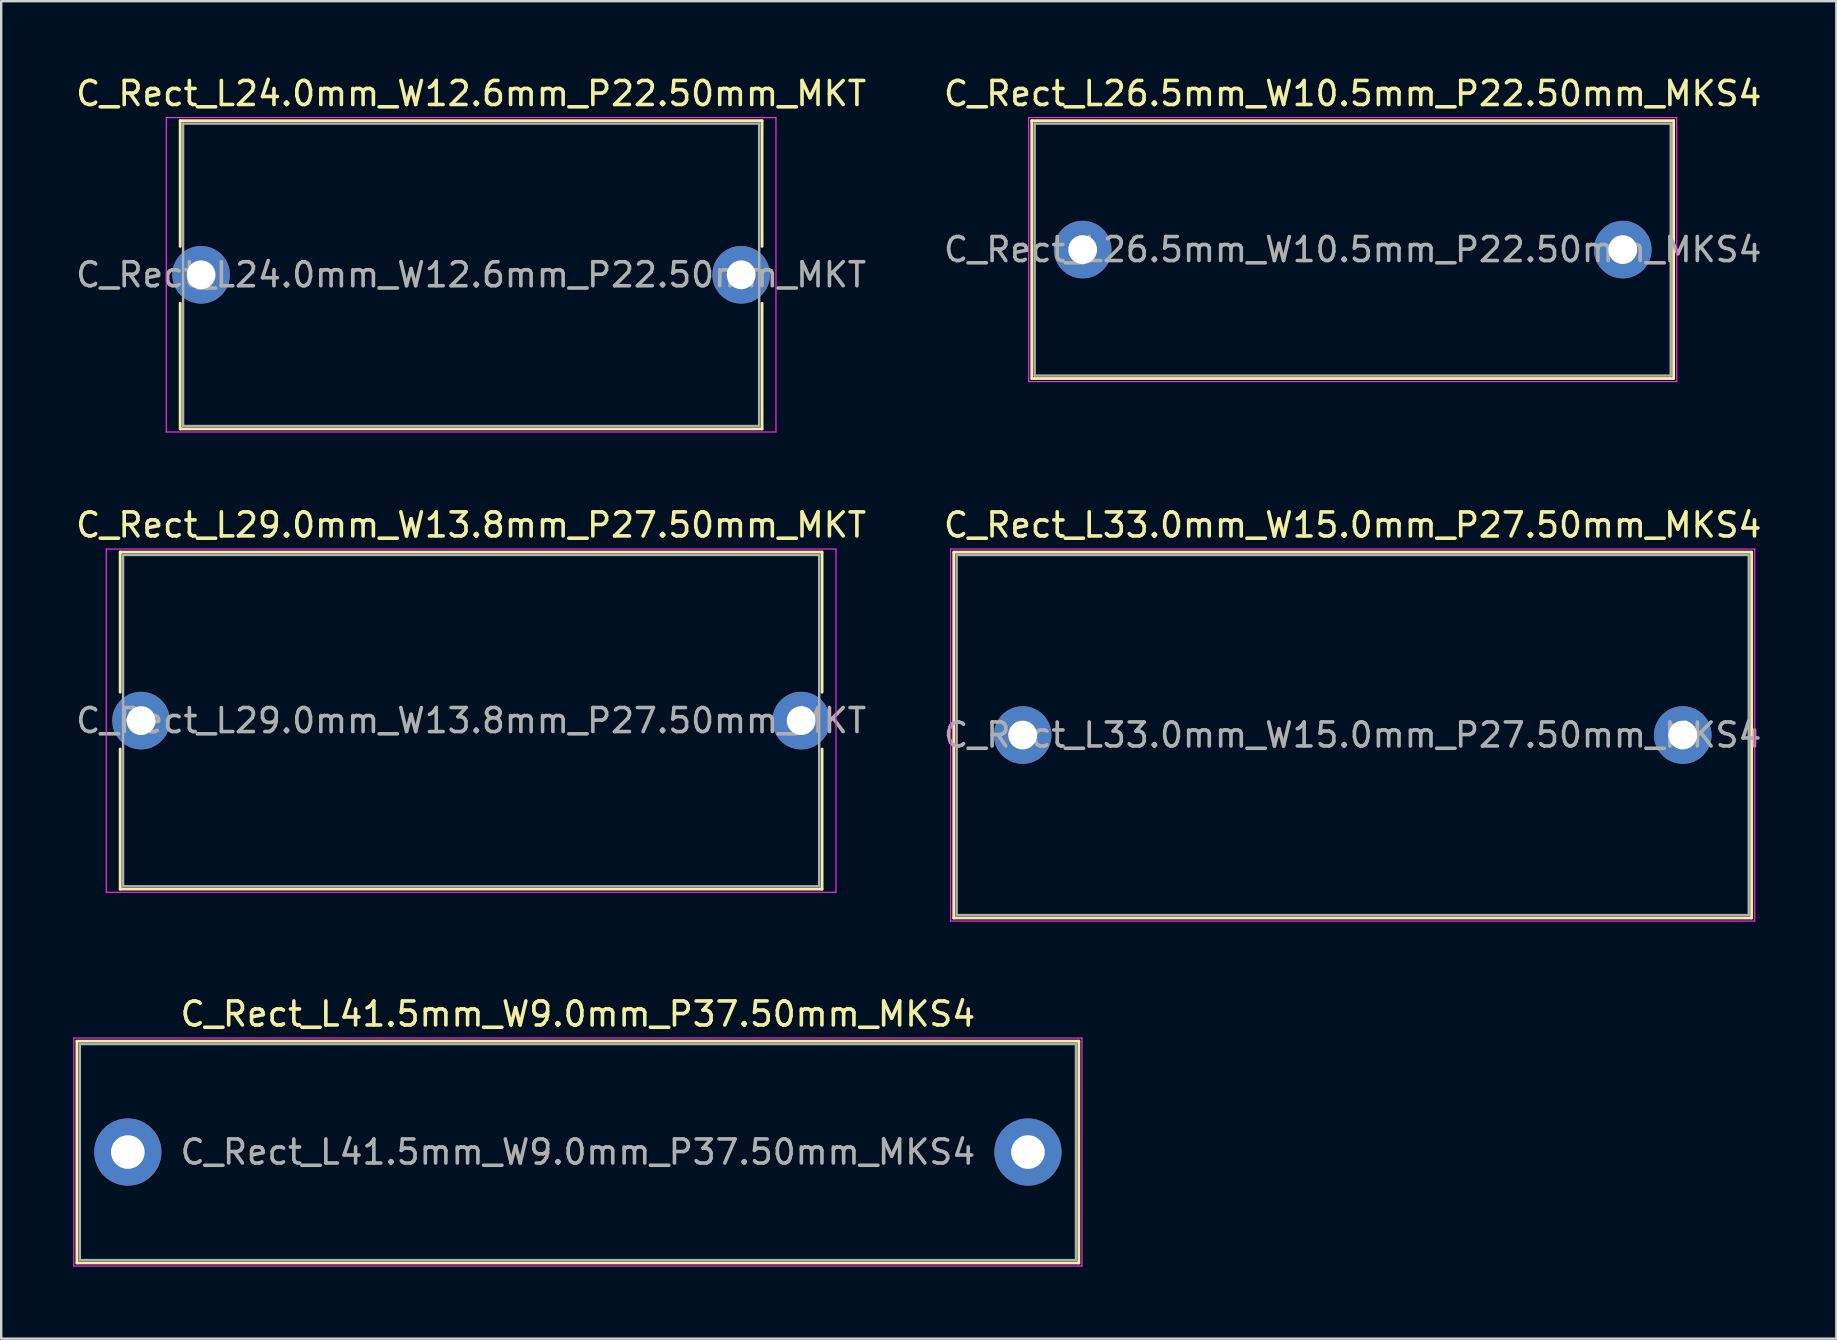
<source format=kicad_pcb>
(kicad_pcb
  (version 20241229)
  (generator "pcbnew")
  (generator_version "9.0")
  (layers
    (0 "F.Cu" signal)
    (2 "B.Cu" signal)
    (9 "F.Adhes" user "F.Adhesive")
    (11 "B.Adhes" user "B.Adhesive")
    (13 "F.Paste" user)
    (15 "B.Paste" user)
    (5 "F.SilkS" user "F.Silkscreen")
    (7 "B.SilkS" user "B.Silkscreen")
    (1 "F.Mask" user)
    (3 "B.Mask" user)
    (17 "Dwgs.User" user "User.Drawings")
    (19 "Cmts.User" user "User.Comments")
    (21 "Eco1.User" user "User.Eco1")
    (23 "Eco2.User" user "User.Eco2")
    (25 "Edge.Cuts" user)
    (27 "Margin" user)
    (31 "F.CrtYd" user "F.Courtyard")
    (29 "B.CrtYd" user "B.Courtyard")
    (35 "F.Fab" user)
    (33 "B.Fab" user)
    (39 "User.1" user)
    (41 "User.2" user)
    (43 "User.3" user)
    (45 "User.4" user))
  (footprint "C_Rect_L33.0mm_W15.0mm_P27.50mm_MKS4"
    (layer "F.Cu")
    (at 39.554 27.572)
    (property "Reference" "C_Rect_L33.0mm_W15.0mm_P27.50mm_MKS4" (at 13.75 -8.75 0) (layer "F.SilkS") (effects (font (size 1 1) (thickness 0.15))))
    (attr through_hole)
    (fp_line (start -2.87 -7.62) (end -2.87 7.62) (stroke (width 0.12) (type solid)) (layer "F.SilkS"))
    (fp_line (start -2.87 -7.62) (end 30.37 -7.62) (stroke (width 0.12) (type solid)) (layer "F.SilkS"))
    (fp_line (start -2.87 7.62) (end 30.37 7.62) (stroke (width 0.12) (type solid)) (layer "F.SilkS"))
    (fp_line (start 30.37 -7.62) (end 30.37 7.62) (stroke (width 0.12) (type solid)) (layer "F.SilkS"))
    (fp_line (start -3 -7.75) (end -3 7.75) (stroke (width 0.05) (type solid)) (layer "F.CrtYd"))
    (fp_line (start -3 7.75) (end 30.5 7.75) (stroke (width 0.05) (type solid)) (layer "F.CrtYd"))
    (fp_line (start 30.5 -7.75) (end -3 -7.75) (stroke (width 0.05) (type solid)) (layer "F.CrtYd"))
    (fp_line (start 30.5 7.75) (end 30.5 -7.75) (stroke (width 0.05) (type solid)) (layer "F.CrtYd"))
    (fp_line (start -2.75 -7.5) (end -2.75 7.5) (stroke (width 0.1) (type solid)) (layer "F.Fab"))
    (fp_line (start -2.75 7.5) (end 30.25 7.5) (stroke (width 0.1) (type solid)) (layer "F.Fab"))
    (fp_line (start 30.25 -7.5) (end -2.75 -7.5) (stroke (width 0.1) (type solid)) (layer "F.Fab"))
    (fp_line (start 30.25 7.5) (end 30.25 -7.5) (stroke (width 0.1) (type solid)) (layer "F.Fab"))
    (fp_text user "${REFERENCE}" (at 13.75 0 0) (layer "F.Fab") (effects (font (size 1 1) (thickness 0.15))))
    (pad "1" thru_hole circle (at 0 0) (size 2.4 2.4) (drill 1.2) (layers "*.Cu" "*.Mask"))
    (pad "2" thru_hole circle (at 27.5 0) (size 2.4 2.4) (drill 1.2) (layers "*.Cu" "*.Mask")))
  (footprint "C_Rect_L26.5mm_W10.5mm_P22.50mm_MKS4"
    (layer "F.Cu")
    (at 42.054 7.348)
    (property "Reference" "C_Rect_L26.5mm_W10.5mm_P22.50mm_MKS4" (at 11.25 -6.5 0) (layer "F.SilkS") (effects (font (size 1 1) (thickness 0.15))))
    (attr through_hole)
    (fp_line (start -2.12 -5.37) (end -2.12 5.37) (stroke (width 0.12) (type solid)) (layer "F.SilkS"))
    (fp_line (start -2.12 -5.37) (end 24.62 -5.37) (stroke (width 0.12) (type solid)) (layer "F.SilkS"))
    (fp_line (start -2.12 5.37) (end 24.62 5.37) (stroke (width 0.12) (type solid)) (layer "F.SilkS"))
    (fp_line (start 24.62 -5.37) (end 24.62 5.37) (stroke (width 0.12) (type solid)) (layer "F.SilkS"))
    (fp_line (start -2.25 -5.5) (end -2.25 5.5) (stroke (width 0.05) (type solid)) (layer "F.CrtYd"))
    (fp_line (start -2.25 5.5) (end 24.75 5.5) (stroke (width 0.05) (type solid)) (layer "F.CrtYd"))
    (fp_line (start 24.75 -5.5) (end -2.25 -5.5) (stroke (width 0.05) (type solid)) (layer "F.CrtYd"))
    (fp_line (start 24.75 5.5) (end 24.75 -5.5) (stroke (width 0.05) (type solid)) (layer "F.CrtYd"))
    (fp_line (start -2 -5.25) (end -2 5.25) (stroke (width 0.1) (type solid)) (layer "F.Fab"))
    (fp_line (start -2 5.25) (end 24.5 5.25) (stroke (width 0.1) (type solid)) (layer "F.Fab"))
    (fp_line (start 24.5 -5.25) (end -2 -5.25) (stroke (width 0.1) (type solid)) (layer "F.Fab"))
    (fp_line (start 24.5 5.25) (end 24.5 -5.25) (stroke (width 0.1) (type solid)) (layer "F.Fab"))
    (fp_text user "${REFERENCE}" (at 11.25 0 0) (layer "F.Fab") (effects (font (size 1 1) (thickness 0.15))))
    (pad "1" thru_hole circle (at 0 0) (size 2.4 2.4) (drill 1.2) (layers "*.Cu" "*.Mask"))
    (pad "2" thru_hole circle (at 22.5 0) (size 2.4 2.4) (drill 1.2) (layers "*.Cu" "*.Mask")))
  (footprint "C_Rect_L41.5mm_W9.0mm_P37.50mm_MKS4"
    (layer "F.Cu")
    (at 2.275 44.945)
    (property "Reference" "C_Rect_L41.5mm_W9.0mm_P37.50mm_MKS4" (at 18.75 -5.75 0) (layer "F.SilkS") (effects (font (size 1 1) (thickness 0.15))))
    (attr through_hole)
    (fp_line (start -2.12 -4.62) (end -2.12 4.62) (stroke (width 0.12) (type solid)) (layer "F.SilkS"))
    (fp_line (start -2.12 -4.62) (end 39.62 -4.62) (stroke (width 0.12) (type solid)) (layer "F.SilkS"))
    (fp_line (start -2.12 4.62) (end 39.62 4.62) (stroke (width 0.12) (type solid)) (layer "F.SilkS"))
    (fp_line (start 39.62 -4.62) (end 39.62 4.62) (stroke (width 0.12) (type solid)) (layer "F.SilkS"))
    (fp_line (start -2.25 -4.75) (end -2.25 4.75) (stroke (width 0.05) (type solid)) (layer "F.CrtYd"))
    (fp_line (start -2.25 4.75) (end 39.75 4.75) (stroke (width 0.05) (type solid)) (layer "F.CrtYd"))
    (fp_line (start 39.75 -4.75) (end -2.25 -4.75) (stroke (width 0.05) (type solid)) (layer "F.CrtYd"))
    (fp_line (start 39.75 4.75) (end 39.75 -4.75) (stroke (width 0.05) (type solid)) (layer "F.CrtYd"))
    (fp_line (start -2 -4.5) (end -2 4.5) (stroke (width 0.1) (type solid)) (layer "F.Fab"))
    (fp_line (start -2 4.5) (end 39.5 4.5) (stroke (width 0.1) (type solid)) (layer "F.Fab"))
    (fp_line (start 39.5 -4.5) (end -2 -4.5) (stroke (width 0.1) (type solid)) (layer "F.Fab"))
    (fp_line (start 39.5 4.5) (end 39.5 -4.5) (stroke (width 0.1) (type solid)) (layer "F.Fab"))
    (fp_text user "${REFERENCE}" (at 18.75 0 0) (layer "F.Fab") (effects (font (size 1 1) (thickness 0.15))))
    (pad "1" thru_hole circle (at 0 0) (size 2.8 2.8) (drill 1.4) (layers "*.Cu" "*.Mask"))
    (pad "2" thru_hole circle (at 37.5 0) (size 2.8 2.8) (drill 1.4) (layers "*.Cu" "*.Mask")))
  (footprint "C_Rect_L24.0mm_W12.6mm_P22.50mm_MKT"
    (layer "F.Cu")
    (at 5.327 8.398)
    (property "Reference" "C_Rect_L24.0mm_W12.6mm_P22.50mm_MKT" (at 11.25 -7.55 0) (layer "F.SilkS") (effects (font (size 1 1) (thickness 0.15))))
    (attr through_hole)
    (fp_line (start -0.87 -6.42) (end -0.87 -1.185) (stroke (width 0.12) (type solid)) (layer "F.SilkS"))
    (fp_line (start -0.87 -6.42) (end 23.37 -6.42) (stroke (width 0.12) (type solid)) (layer "F.SilkS"))
    (fp_line (start -0.87 1.185) (end -0.87 6.42) (stroke (width 0.12) (type solid)) (layer "F.SilkS"))
    (fp_line (start -0.87 6.42) (end 23.37 6.42) (stroke (width 0.12) (type solid)) (layer "F.SilkS"))
    (fp_line (start 23.37 -6.42) (end 23.37 -1.185) (stroke (width 0.12) (type solid)) (layer "F.SilkS"))
    (fp_line (start 23.37 1.185) (end 23.37 6.42) (stroke (width 0.12) (type solid)) (layer "F.SilkS"))
    (fp_line (start -1.45 -6.55) (end -1.45 6.55) (stroke (width 0.05) (type solid)) (layer "F.CrtYd"))
    (fp_line (start -1.45 6.55) (end 23.95 6.55) (stroke (width 0.05) (type solid)) (layer "F.CrtYd"))
    (fp_line (start 23.95 -6.55) (end -1.45 -6.55) (stroke (width 0.05) (type solid)) (layer "F.CrtYd"))
    (fp_line (start 23.95 6.55) (end 23.95 -6.55) (stroke (width 0.05) (type solid)) (layer "F.CrtYd"))
    (fp_line (start -0.75 -6.3) (end -0.75 6.3) (stroke (width 0.1) (type solid)) (layer "F.Fab"))
    (fp_line (start -0.75 6.3) (end 23.25 6.3) (stroke (width 0.1) (type solid)) (layer "F.Fab"))
    (fp_line (start 23.25 -6.3) (end -0.75 -6.3) (stroke (width 0.1) (type solid)) (layer "F.Fab"))
    (fp_line (start 23.25 6.3) (end 23.25 -6.3) (stroke (width 0.1) (type solid)) (layer "F.Fab"))
    (fp_text user "${REFERENCE}" (at 11.25 0 0) (layer "F.Fab") (effects (font (size 1 1) (thickness 0.15))))
    (pad "1" thru_hole circle (at 0 0) (size 2.4 2.4) (drill 1.2) (layers "*.Cu" "*.Mask"))
    (pad "2" thru_hole circle (at 22.5 0) (size 2.4 2.4) (drill 1.2) (layers "*.Cu" "*.Mask")))
  (footprint "C_Rect_L29.0mm_W13.8mm_P27.50mm_MKT"
    (layer "F.Cu")
    (at 2.827 26.971)
    (property "Reference" "C_Rect_L29.0mm_W13.8mm_P27.50mm_MKT" (at 13.75 -8.15 0) (layer "F.SilkS") (effects (font (size 1 1) (thickness 0.15))))
    (attr through_hole)
    (fp_line (start -0.87 -7.02) (end -0.87 -1.185) (stroke (width 0.12) (type solid)) (layer "F.SilkS"))
    (fp_line (start -0.87 -7.02) (end 28.37 -7.02) (stroke (width 0.12) (type solid)) (layer "F.SilkS"))
    (fp_line (start -0.87 1.185) (end -0.87 7.02) (stroke (width 0.12) (type solid)) (layer "F.SilkS"))
    (fp_line (start -0.87 7.02) (end 28.37 7.02) (stroke (width 0.12) (type solid)) (layer "F.SilkS"))
    (fp_line (start 28.37 -7.02) (end 28.37 -1.185) (stroke (width 0.12) (type solid)) (layer "F.SilkS"))
    (fp_line (start 28.37 1.185) (end 28.37 7.02) (stroke (width 0.12) (type solid)) (layer "F.SilkS"))
    (fp_line (start -1.45 -7.15) (end -1.45 7.15) (stroke (width 0.05) (type solid)) (layer "F.CrtYd"))
    (fp_line (start -1.45 7.15) (end 28.95 7.15) (stroke (width 0.05) (type solid)) (layer "F.CrtYd"))
    (fp_line (start 28.95 -7.15) (end -1.45 -7.15) (stroke (width 0.05) (type solid)) (layer "F.CrtYd"))
    (fp_line (start 28.95 7.15) (end 28.95 -7.15) (stroke (width 0.05) (type solid)) (layer "F.CrtYd"))
    (fp_line (start -0.75 -6.9) (end -0.75 6.9) (stroke (width 0.1) (type solid)) (layer "F.Fab"))
    (fp_line (start -0.75 6.9) (end 28.25 6.9) (stroke (width 0.1) (type solid)) (layer "F.Fab"))
    (fp_line (start 28.25 -6.9) (end -0.75 -6.9) (stroke (width 0.1) (type solid)) (layer "F.Fab"))
    (fp_line (start 28.25 6.9) (end 28.25 -6.9) (stroke (width 0.1) (type solid)) (layer "F.Fab"))
    (fp_text user "${REFERENCE}" (at 13.75 0 0) (layer "F.Fab") (effects (font (size 1 1) (thickness 0.15))))
    (pad "1" thru_hole circle (at 0 0) (size 2.4 2.4) (drill 1.2) (layers "*.Cu" "*.Mask"))
    (pad "2" thru_hole circle (at 27.5 0) (size 2.4 2.4) (drill 1.2) (layers "*.Cu" "*.Mask")))
  (gr_rect
    (start -3 -3)
    (end 73.452 52.72)
    (stroke (width 0.1) (type default))
    (fill no)
    (layer "Edge.Cuts")))
</source>
